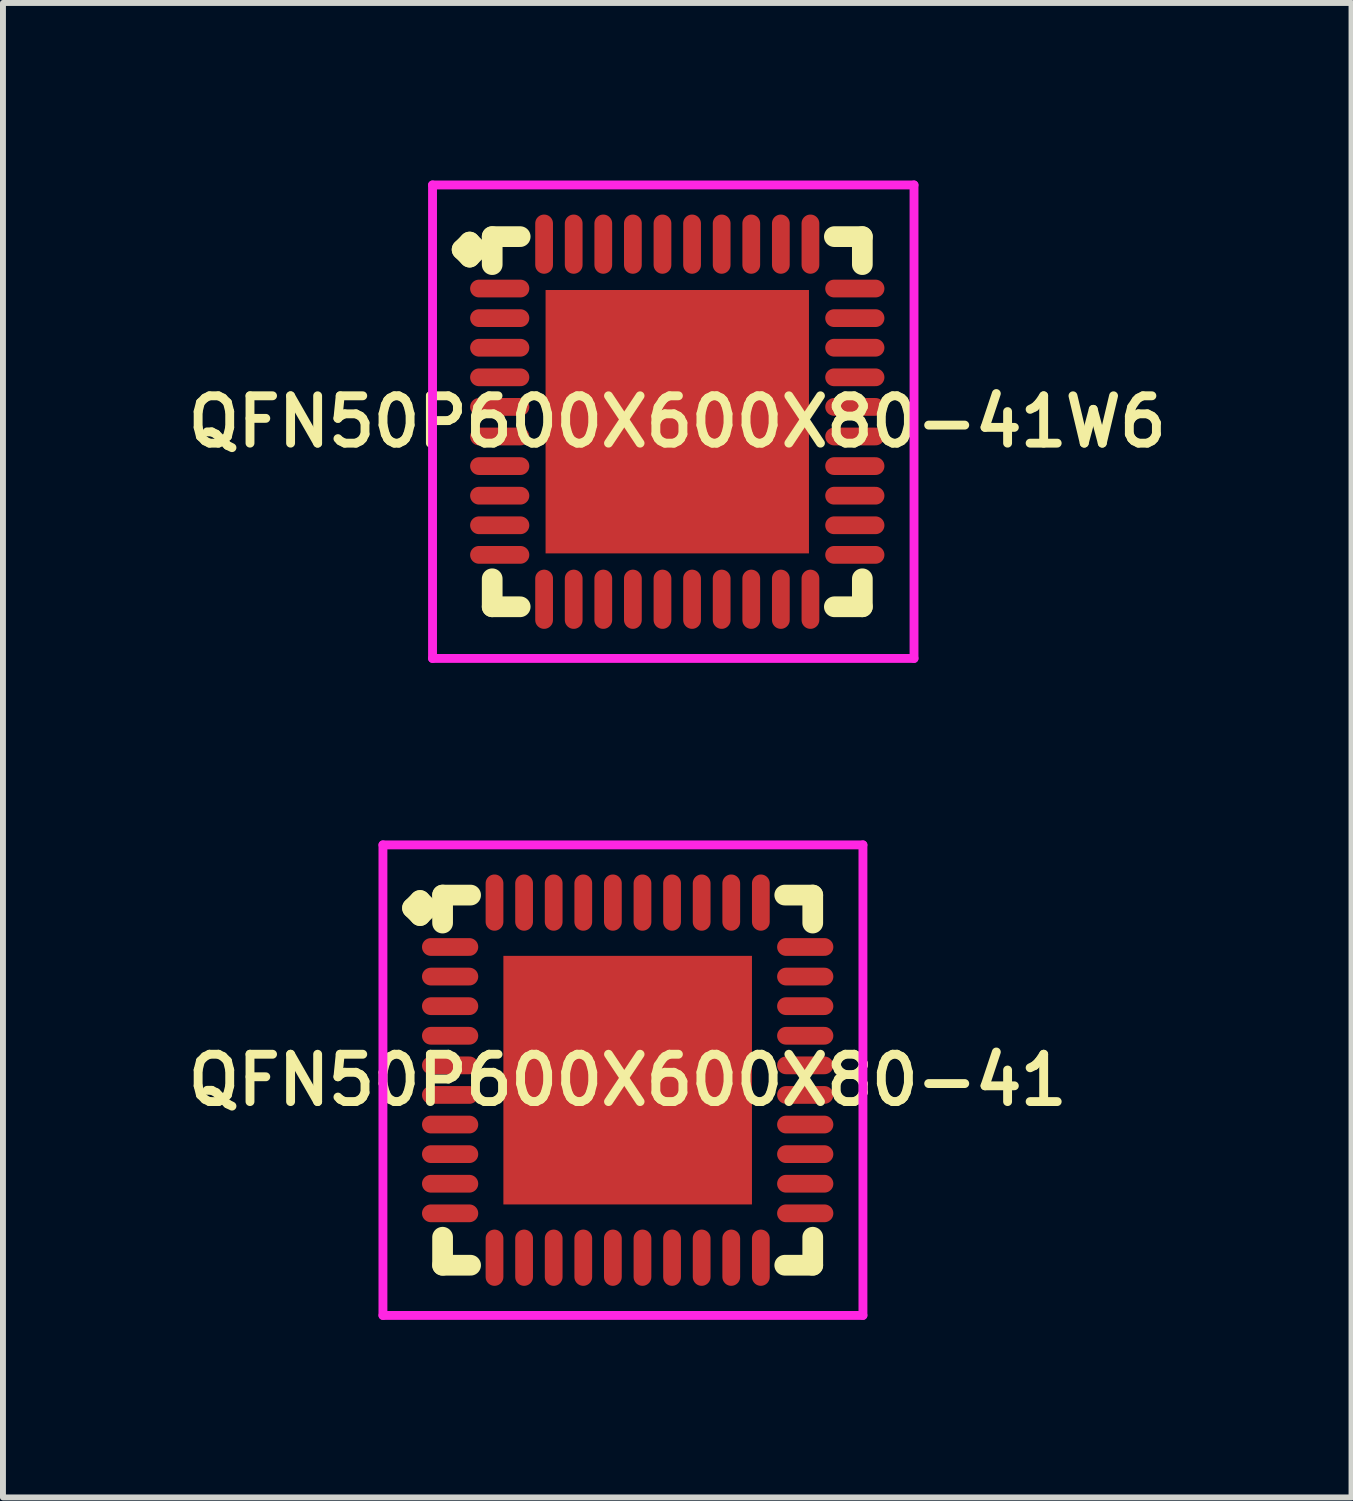
<source format=kicad_pcb>
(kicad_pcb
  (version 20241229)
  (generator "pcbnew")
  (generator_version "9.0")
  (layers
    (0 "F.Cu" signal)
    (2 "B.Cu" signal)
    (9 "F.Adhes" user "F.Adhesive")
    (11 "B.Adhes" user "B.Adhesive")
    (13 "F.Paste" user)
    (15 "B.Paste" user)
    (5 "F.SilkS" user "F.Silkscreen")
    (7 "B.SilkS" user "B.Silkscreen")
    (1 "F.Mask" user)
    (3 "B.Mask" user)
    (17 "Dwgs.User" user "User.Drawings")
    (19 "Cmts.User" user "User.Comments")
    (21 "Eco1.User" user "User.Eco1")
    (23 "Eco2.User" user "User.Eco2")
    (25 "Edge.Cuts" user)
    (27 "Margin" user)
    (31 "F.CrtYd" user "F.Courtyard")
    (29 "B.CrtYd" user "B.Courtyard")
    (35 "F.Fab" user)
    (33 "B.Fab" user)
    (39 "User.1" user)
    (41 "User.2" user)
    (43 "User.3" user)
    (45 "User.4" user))
  (footprint "QFN50P600X600X80-41"
    (layer "F.Cu")
    (at 7.555 15.2)
    (property "Reference" "QFN50P600X600X80-41" (at 0 0 0) (layer "F.SilkS") (effects (font (size 0.8 0.8) (thickness 0.15))))
    (attr smd)
    (fp_line (start -3.635 -2.908) (end -3.508 -3.035) (stroke (width 0.35) (type solid)) (layer "F.SilkS"))
    (fp_line (start -3.508 -3.035) (end -3.381 -2.908) (stroke (width 0.35) (type solid)) (layer "F.SilkS"))
    (fp_line (start -3.508 -2.781) (end -3.635 -2.908) (stroke (width 0.35) (type solid)) (layer "F.SilkS"))
    (fp_line (start -3.381 -2.908) (end -3.508 -2.781) (stroke (width 0.35) (type solid)) (layer "F.SilkS"))
    (fp_line (start -3.127 -3.127) (end -2.654 -3.127) (stroke (width 0.35) (type solid)) (layer "F.SilkS"))
    (fp_line (start -3.127 -2.654) (end -3.127 -3.127) (stroke (width 0.35) (type solid)) (layer "F.SilkS"))
    (fp_line (start -3.127 2.654) (end -3.127 3.127) (stroke (width 0.35) (type solid)) (layer "F.SilkS"))
    (fp_line (start -3.127 3.127) (end -2.654 3.127) (stroke (width 0.35) (type solid)) (layer "F.SilkS"))
    (fp_line (start 2.654 -3.127) (end 3.127 -3.127) (stroke (width 0.35) (type solid)) (layer "F.SilkS"))
    (fp_line (start 2.654 3.127) (end 3.127 3.127) (stroke (width 0.35) (type solid)) (layer "F.SilkS"))
    (fp_line (start 3.127 -3.127) (end 3.127 -2.654) (stroke (width 0.35) (type solid)) (layer "F.SilkS"))
    (fp_line (start 3.127 3.127) (end 3.127 2.654) (stroke (width 0.35) (type solid)) (layer "F.SilkS"))
    (fp_line (start -4.135 -3.975) (end 3.975 -3.975) (stroke (width 0.15) (type solid)) (layer "F.CrtYd"))
    (fp_line (start -4.135 3.975) (end -4.135 -3.975) (stroke (width 0.15) (type solid)) (layer "F.CrtYd"))
    (fp_line (start 3.975 -3.975) (end 3.975 3.975) (stroke (width 0.15) (type solid)) (layer "F.CrtYd"))
    (fp_line (start 3.975 3.975) (end -4.135 3.975) (stroke (width 0.15) (type solid)) (layer "F.CrtYd"))
    (pad "1" smd oval (at -3 -2.25) (size 0.95 0.3) (layers "F.Cu" "F.Mask" "F.Paste"))
    (pad "2" smd oval (at -3 -1.75) (size 0.95 0.3) (layers "F.Cu" "F.Mask" "F.Paste"))
    (pad "3" smd oval (at -3 -1.25) (size 0.95 0.3) (layers "F.Cu" "F.Mask" "F.Paste"))
    (pad "4" smd oval (at -3 -0.75) (size 0.95 0.3) (layers "F.Cu" "F.Mask" "F.Paste"))
    (pad "5" smd oval (at -3 -0.25) (size 0.95 0.3) (layers "F.Cu" "F.Mask" "F.Paste"))
    (pad "6" smd oval (at -3 0.25) (size 0.95 0.3) (layers "F.Cu" "F.Mask" "F.Paste"))
    (pad "7" smd oval (at -3 0.75) (size 0.95 0.3) (layers "F.Cu" "F.Mask" "F.Paste"))
    (pad "8" smd oval (at -3 1.25) (size 0.95 0.3) (layers "F.Cu" "F.Mask" "F.Paste"))
    (pad "9" smd oval (at -3 1.75) (size 0.95 0.3) (layers "F.Cu" "F.Mask" "F.Paste"))
    (pad "10" smd oval (at -3 2.25) (size 0.95 0.3) (layers "F.Cu" "F.Mask" "F.Paste"))
    (pad "11" smd oval (at -2.25 3) (size 0.3 0.95) (layers "F.Cu" "F.Mask" "F.Paste"))
    (pad "12" smd oval (at -1.75 3) (size 0.3 0.95) (layers "F.Cu" "F.Mask" "F.Paste"))
    (pad "13" smd oval (at -1.25 3) (size 0.3 0.95) (layers "F.Cu" "F.Mask" "F.Paste"))
    (pad "14" smd oval (at -0.75 3) (size 0.3 0.95) (layers "F.Cu" "F.Mask" "F.Paste"))
    (pad "15" smd oval (at -0.25 3) (size 0.3 0.95) (layers "F.Cu" "F.Mask" "F.Paste"))
    (pad "16" smd oval (at 0.25 3) (size 0.3 0.95) (layers "F.Cu" "F.Mask" "F.Paste"))
    (pad "17" smd oval (at 0.75 3) (size 0.3 0.95) (layers "F.Cu" "F.Mask" "F.Paste"))
    (pad "18" smd oval (at 1.25 3) (size 0.3 0.95) (layers "F.Cu" "F.Mask" "F.Paste"))
    (pad "19" smd oval (at 1.75 3) (size 0.3 0.95) (layers "F.Cu" "F.Mask" "F.Paste"))
    (pad "20" smd oval (at 2.25 3) (size 0.3 0.95) (layers "F.Cu" "F.Mask" "F.Paste"))
    (pad "21" smd oval (at 3 2.25) (size 0.95 0.3) (layers "F.Cu" "F.Mask" "F.Paste"))
    (pad "22" smd oval (at 3 1.75) (size 0.95 0.3) (layers "F.Cu" "F.Mask" "F.Paste"))
    (pad "23" smd oval (at 3 1.25) (size 0.95 0.3) (layers "F.Cu" "F.Mask" "F.Paste"))
    (pad "24" smd oval (at 3 0.75) (size 0.95 0.3) (layers "F.Cu" "F.Mask" "F.Paste"))
    (pad "25" smd oval (at 3 0.25) (size 0.95 0.3) (layers "F.Cu" "F.Mask" "F.Paste"))
    (pad "26" smd oval (at 3 -0.25) (size 0.95 0.3) (layers "F.Cu" "F.Mask" "F.Paste"))
    (pad "27" smd oval (at 3 -0.75) (size 0.95 0.3) (layers "F.Cu" "F.Mask" "F.Paste"))
    (pad "28" smd oval (at 3 -1.25) (size 0.95 0.3) (layers "F.Cu" "F.Mask" "F.Paste"))
    (pad "29" smd oval (at 3 -1.75) (size 0.95 0.3) (layers "F.Cu" "F.Mask" "F.Paste"))
    (pad "30" smd oval (at 3 -2.25) (size 0.95 0.3) (layers "F.Cu" "F.Mask" "F.Paste"))
    (pad "31" smd oval (at 2.25 -3) (size 0.3 0.95) (layers "F.Cu" "F.Mask" "F.Paste"))
    (pad "32" smd oval (at 1.75 -3) (size 0.3 0.95) (layers "F.Cu" "F.Mask" "F.Paste"))
    (pad "33" smd oval (at 1.25 -3) (size 0.3 0.95) (layers "F.Cu" "F.Mask" "F.Paste"))
    (pad "34" smd oval (at 0.75 -3) (size 0.3 0.95) (layers "F.Cu" "F.Mask" "F.Paste"))
    (pad "35" smd oval (at 0.25 -3) (size 0.3 0.95) (layers "F.Cu" "F.Mask" "F.Paste"))
    (pad "36" smd oval (at -0.25 -3) (size 0.3 0.95) (layers "F.Cu" "F.Mask" "F.Paste"))
    (pad "37" smd oval (at -0.75 -3) (size 0.3 0.95) (layers "F.Cu" "F.Mask" "F.Paste"))
    (pad "38" smd oval (at -1.25 -3) (size 0.3 0.95) (layers "F.Cu" "F.Mask" "F.Paste"))
    (pad "39" smd oval (at -1.75 -3) (size 0.3 0.95) (layers "F.Cu" "F.Mask" "F.Paste"))
    (pad "40" smd oval (at -2.25 -3) (size 0.3 0.95) (layers "F.Cu" "F.Mask" "F.Paste"))
    (pad "41" smd rect (at 0 0) (size 4.2 4.2) (layers "F.Cu" "F.Mask" "F.Paste")))
  (footprint "QFN50P600X600X80-41W6"
    (layer "F.Cu")
    (at 8.393 4.075)
    (property "Reference" "QFN50P600X600X80-41W6" (at 0 0 0) (layer "F.SilkS") (effects (font (size 0.8 0.8) (thickness 0.15))))
    (attr through_hole)
    (fp_line (start -3.635 -2.908) (end -3.508 -3.035) (stroke (width 0.35) (type solid)) (layer "F.SilkS"))
    (fp_line (start -3.508 -3.035) (end -3.381 -2.908) (stroke (width 0.35) (type solid)) (layer "F.SilkS"))
    (fp_line (start -3.508 -2.781) (end -3.635 -2.908) (stroke (width 0.35) (type solid)) (layer "F.SilkS"))
    (fp_line (start -3.381 -2.908) (end -3.508 -2.781) (stroke (width 0.35) (type solid)) (layer "F.SilkS"))
    (fp_line (start -3.127 -3.127) (end -2.654 -3.127) (stroke (width 0.35) (type solid)) (layer "F.SilkS"))
    (fp_line (start -3.127 -2.654) (end -3.127 -3.127) (stroke (width 0.35) (type solid)) (layer "F.SilkS"))
    (fp_line (start -3.127 2.654) (end -3.127 3.127) (stroke (width 0.35) (type solid)) (layer "F.SilkS"))
    (fp_line (start -3.127 3.127) (end -2.654 3.127) (stroke (width 0.35) (type solid)) (layer "F.SilkS"))
    (fp_line (start 2.654 -3.127) (end 3.127 -3.127) (stroke (width 0.35) (type solid)) (layer "F.SilkS"))
    (fp_line (start 2.654 3.127) (end 3.127 3.127) (stroke (width 0.35) (type solid)) (layer "F.SilkS"))
    (fp_line (start 3.127 -3.127) (end 3.127 -2.654) (stroke (width 0.35) (type solid)) (layer "F.SilkS"))
    (fp_line (start 3.127 3.127) (end 3.127 2.654) (stroke (width 0.35) (type solid)) (layer "F.SilkS"))
    (fp_line (start -4.135 -4) (end 4 -4) (stroke (width 0.15) (type solid)) (layer "F.CrtYd"))
    (fp_line (start -4.135 4) (end -4.135 -4) (stroke (width 0.15) (type solid)) (layer "F.CrtYd"))
    (fp_line (start 4 -4) (end 4 4) (stroke (width 0.15) (type solid)) (layer "F.CrtYd"))
    (fp_line (start 4 4) (end -4.135 4) (stroke (width 0.15) (type solid)) (layer "F.CrtYd"))
    (pad "1" smd oval (at -3 -2.25) (size 1 0.3) (layers "F.Cu" "F.Mask" "F.Paste"))
    (pad "2" smd oval (at -3 -1.75) (size 1 0.3) (layers "F.Cu" "F.Mask" "F.Paste"))
    (pad "3" smd oval (at -3 -1.25) (size 1 0.3) (layers "F.Cu" "F.Mask" "F.Paste"))
    (pad "4" smd oval (at -3 -0.75) (size 1 0.3) (layers "F.Cu" "F.Mask" "F.Paste"))
    (pad "5" smd oval (at -3 -0.25) (size 1 0.3) (layers "F.Cu" "F.Mask" "F.Paste"))
    (pad "6" smd oval (at -3 0.25) (size 1 0.3) (layers "F.Cu" "F.Mask" "F.Paste"))
    (pad "7" smd oval (at -3 0.75) (size 1 0.3) (layers "F.Cu" "F.Mask" "F.Paste"))
    (pad "8" smd oval (at -3 1.25) (size 1 0.3) (layers "F.Cu" "F.Mask" "F.Paste"))
    (pad "9" smd oval (at -3 1.75) (size 1 0.3) (layers "F.Cu" "F.Mask" "F.Paste"))
    (pad "10" smd oval (at -3 2.25) (size 1 0.3) (layers "F.Cu" "F.Mask" "F.Paste"))
    (pad "11" smd oval (at -2.25 3) (size 0.3 1) (layers "F.Cu" "F.Mask" "F.Paste"))
    (pad "12" smd oval (at -1.75 3) (size 0.3 1) (layers "F.Cu" "F.Mask" "F.Paste"))
    (pad "13" smd oval (at -1.25 3) (size 0.3 1) (layers "F.Cu" "F.Mask" "F.Paste"))
    (pad "14" smd oval (at -0.75 3) (size 0.3 1) (layers "F.Cu" "F.Mask" "F.Paste"))
    (pad "15" smd oval (at -0.25 3) (size 0.3 1) (layers "F.Cu" "F.Mask" "F.Paste"))
    (pad "16" smd oval (at 0.25 3) (size 0.3 1) (layers "F.Cu" "F.Mask" "F.Paste"))
    (pad "17" smd oval (at 0.75 3) (size 0.3 1) (layers "F.Cu" "F.Mask" "F.Paste"))
    (pad "18" smd oval (at 1.25 3) (size 0.3 1) (layers "F.Cu" "F.Mask" "F.Paste"))
    (pad "19" smd oval (at 1.75 3) (size 0.3 1) (layers "F.Cu" "F.Mask" "F.Paste"))
    (pad "20" smd oval (at 2.25 3) (size 0.3 1) (layers "F.Cu" "F.Mask" "F.Paste"))
    (pad "21" smd oval (at 3 2.25) (size 1 0.3) (layers "F.Cu" "F.Mask" "F.Paste"))
    (pad "22" smd oval (at 3 1.75) (size 1 0.3) (layers "F.Cu" "F.Mask" "F.Paste"))
    (pad "23" smd oval (at 3 1.25) (size 1 0.3) (layers "F.Cu" "F.Mask" "F.Paste"))
    (pad "24" smd oval (at 3 0.75) (size 1 0.3) (layers "F.Cu" "F.Mask" "F.Paste"))
    (pad "25" smd oval (at 3 0.25) (size 1 0.3) (layers "F.Cu" "F.Mask" "F.Paste"))
    (pad "26" smd oval (at 3 -0.25) (size 1 0.3) (layers "F.Cu" "F.Mask" "F.Paste"))
    (pad "27" smd oval (at 3 -0.75) (size 1 0.3) (layers "F.Cu" "F.Mask" "F.Paste"))
    (pad "28" smd oval (at 3 -1.25) (size 1 0.3) (layers "F.Cu" "F.Mask" "F.Paste"))
    (pad "29" smd oval (at 3 -1.75) (size 1 0.3) (layers "F.Cu" "F.Mask" "F.Paste"))
    (pad "30" smd oval (at 3 -2.25) (size 1 0.3) (layers "F.Cu" "F.Mask" "F.Paste"))
    (pad "31" smd oval (at 2.25 -3) (size 0.3 1) (layers "F.Cu" "F.Mask" "F.Paste"))
    (pad "32" smd oval (at 1.75 -3) (size 0.3 1) (layers "F.Cu" "F.Mask" "F.Paste"))
    (pad "33" smd oval (at 1.25 -3) (size 0.3 1) (layers "F.Cu" "F.Mask" "F.Paste"))
    (pad "34" smd oval (at 0.75 -3) (size 0.3 1) (layers "F.Cu" "F.Mask" "F.Paste"))
    (pad "35" smd oval (at 0.25 -3) (size 0.3 1) (layers "F.Cu" "F.Mask" "F.Paste"))
    (pad "36" smd oval (at -0.25 -3) (size 0.3 1) (layers "F.Cu" "F.Mask" "F.Paste"))
    (pad "37" smd oval (at -0.75 -3) (size 0.3 1) (layers "F.Cu" "F.Mask" "F.Paste"))
    (pad "38" smd oval (at -1.25 -3) (size 0.3 1) (layers "F.Cu" "F.Mask" "F.Paste"))
    (pad "39" smd oval (at -1.75 -3) (size 0.3 1) (layers "F.Cu" "F.Mask" "F.Paste"))
    (pad "40" smd oval (at -2.25 -3) (size 0.3 1) (layers "F.Cu" "F.Mask" "F.Paste"))
    (pad "41" smd rect (at 0 0) (size 4.45 4.45) (layers "F.Cu" "F.Mask" "F.Paste")))
  (gr_rect
    (start -3 -3)
    (end 19.785 22.25)
    (stroke (width 0.1) (type default))
    (fill no)
    (layer "Edge.Cuts")))
</source>
